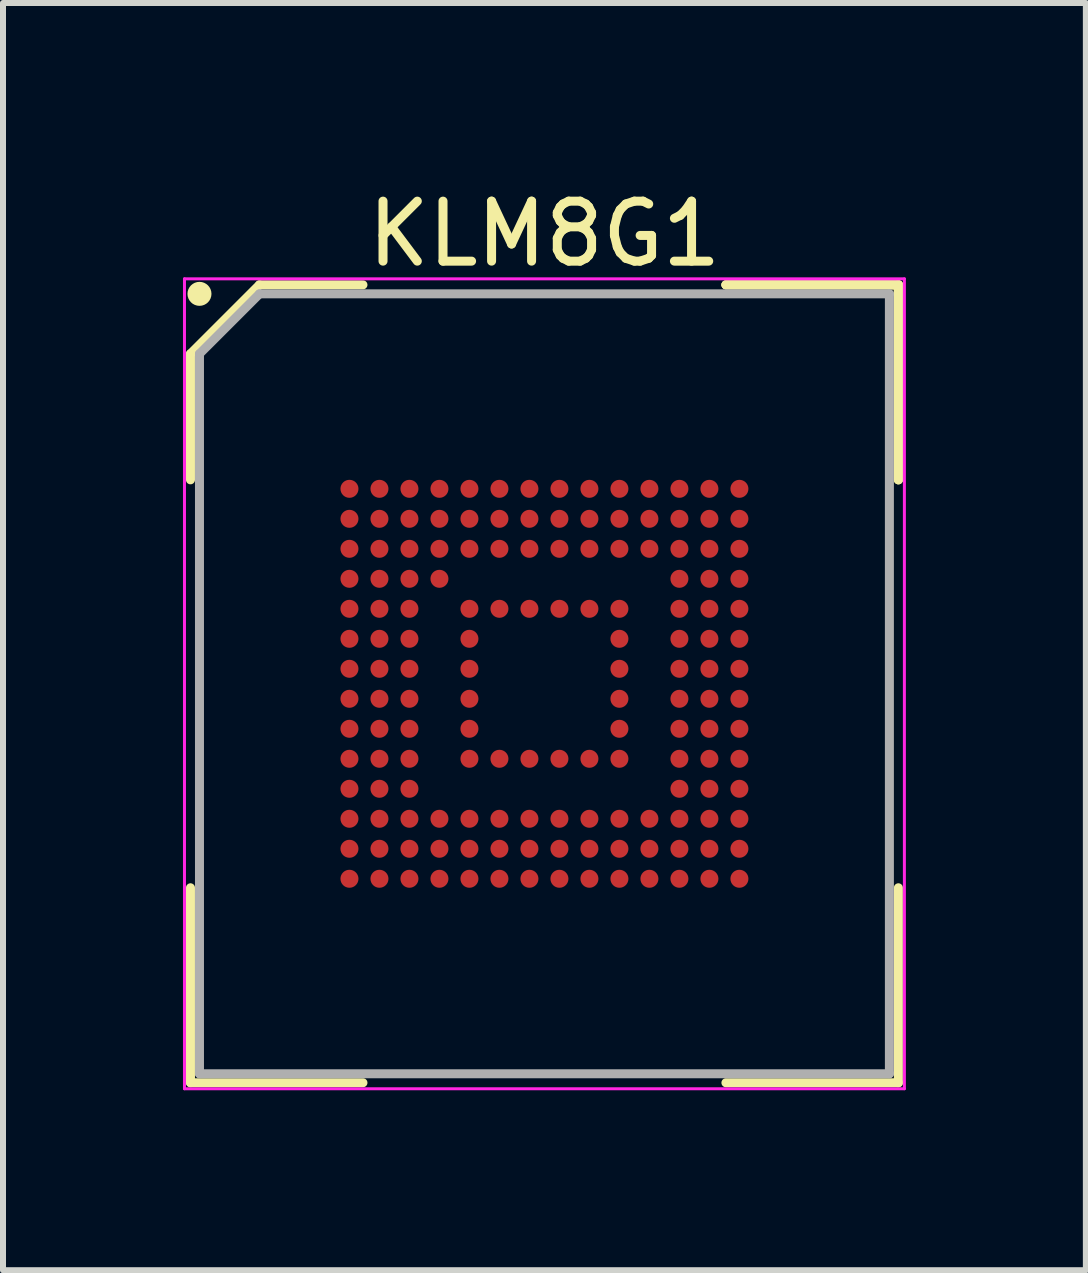
<source format=kicad_pcb>
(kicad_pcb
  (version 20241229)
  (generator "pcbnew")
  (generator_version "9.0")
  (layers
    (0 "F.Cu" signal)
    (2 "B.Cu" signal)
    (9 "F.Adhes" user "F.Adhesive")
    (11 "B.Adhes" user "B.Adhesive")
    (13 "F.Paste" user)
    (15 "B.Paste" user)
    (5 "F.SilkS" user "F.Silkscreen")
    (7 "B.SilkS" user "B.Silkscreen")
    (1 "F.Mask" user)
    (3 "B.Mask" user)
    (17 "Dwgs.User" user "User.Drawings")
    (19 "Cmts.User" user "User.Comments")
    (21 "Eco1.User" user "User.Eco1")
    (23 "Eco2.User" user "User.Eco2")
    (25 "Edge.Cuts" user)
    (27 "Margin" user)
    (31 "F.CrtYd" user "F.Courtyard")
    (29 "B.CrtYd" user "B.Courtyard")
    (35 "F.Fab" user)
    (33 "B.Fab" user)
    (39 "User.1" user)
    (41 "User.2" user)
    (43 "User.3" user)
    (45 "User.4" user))
  (footprint "KLM8G1"
    (layer "F.Cu")
    (at 6.025 8.348)
    (property "Reference" "KLM8G1" (at 0 -7.5 0) (layer "F.SilkS") (effects (font (size 1 1) (thickness 0.15))))
    (attr smd)
    (fp_line (start -5.9 -5.5) (end -5.9 -3.4) (stroke (width 0.15) (type solid)) (layer "F.SilkS"))
    (fp_line (start -5.9 6.65) (end -5.9 3.4) (stroke (width 0.15) (type solid)) (layer "F.SilkS"))
    (fp_line (start -4.75 -6.65) (end -5.9 -5.5) (stroke (width 0.15) (type solid)) (layer "F.SilkS"))
    (fp_line (start -3.025 -6.65) (end -4.75 -6.65) (stroke (width 0.15) (type solid)) (layer "F.SilkS"))
    (fp_line (start -3.025 6.65) (end -5.9 6.65) (stroke (width 0.15) (type solid)) (layer "F.SilkS"))
    (fp_line (start 3.025 -6.65) (end 5.9 -6.65) (stroke (width 0.15) (type solid)) (layer "F.SilkS"))
    (fp_line (start 3.025 -6.65) (end 5.9 -6.65) (stroke (width 0.15) (type solid)) (layer "F.SilkS"))
    (fp_line (start 3.025 -6.65) (end 5.9 -6.65) (stroke (width 0.15) (type solid)) (layer "F.SilkS"))
    (fp_line (start 3.025 6.65) (end 5.9 6.65) (stroke (width 0.15) (type solid)) (layer "F.SilkS"))
    (fp_line (start 5.9 -6.65) (end 5.9 -3.4) (stroke (width 0.15) (type solid)) (layer "F.SilkS"))
    (fp_line (start 5.9 -6.65) (end 5.9 -3.4) (stroke (width 0.15) (type solid)) (layer "F.SilkS"))
    (fp_line (start 5.9 -6.65) (end 5.9 -3.4) (stroke (width 0.15) (type solid)) (layer "F.SilkS"))
    (fp_line (start 5.9 6.65) (end 5.9 3.4) (stroke (width 0.15) (type solid)) (layer "F.SilkS"))
    (fp_circle (center -5.75 -6.5) (end -5.75 -6.4) (stroke (width 0.2) (type solid)) (fill no) (layer "F.SilkS"))
    (fp_line (start -6 -6.75) (end 6 -6.75) (stroke (width 0.05) (type solid)) (layer "F.CrtYd"))
    (fp_line (start -6 6.75) (end -6 -6.75) (stroke (width 0.05) (type solid)) (layer "F.CrtYd"))
    (fp_line (start 6 -6.75) (end 6 6.75) (stroke (width 0.05) (type solid)) (layer "F.CrtYd"))
    (fp_line (start 6 6.75) (end -6 6.75) (stroke (width 0.05) (type solid)) (layer "F.CrtYd"))
    (fp_line (start -5.75 -5.5) (end -5.75 6.5) (stroke (width 0.15) (type solid)) (layer "F.Fab"))
    (fp_line (start -5.75 6.5) (end 5.75 6.5) (stroke (width 0.15) (type solid)) (layer "F.Fab"))
    (fp_line (start -4.75 -6.5) (end -5.75 -5.5) (stroke (width 0.15) (type solid)) (layer "F.Fab"))
    (fp_line (start 5.75 -6.5) (end -4.75 -6.5) (stroke (width 0.15) (type solid)) (layer "F.Fab"))
    (fp_line (start 5.75 6.5) (end 5.75 -6.5) (stroke (width 0.15) (type solid)) (layer "F.Fab"))
    (pad "A1" smd circle (at -3.25 -3.25) (size 0.3 0.3) (layers "F.Cu" "F.Mask" "F.Paste"))
    (pad "A2" smd circle (at -2.75 -3.25) (size 0.3 0.3) (layers "F.Cu" "F.Mask" "F.Paste"))
    (pad "A3" smd circle (at -2.25 -3.25) (size 0.3 0.3) (layers "F.Cu" "F.Mask" "F.Paste"))
    (pad "A4" smd circle (at -1.75 -3.25) (size 0.3 0.3) (layers "F.Cu" "F.Mask" "F.Paste"))
    (pad "A5" smd circle (at -1.25 -3.25) (size 0.3 0.3) (layers "F.Cu" "F.Mask" "F.Paste"))
    (pad "A6" smd circle (at -0.75 -3.25) (size 0.3 0.3) (layers "F.Cu" "F.Mask" "F.Paste"))
    (pad "A7" smd circle (at -0.25 -3.25) (size 0.3 0.3) (layers "F.Cu" "F.Mask" "F.Paste"))
    (pad "A8" smd circle (at 0.25 -3.25) (size 0.3 0.3) (layers "F.Cu" "F.Mask" "F.Paste"))
    (pad "A9" smd circle (at 0.75 -3.25) (size 0.3 0.3) (layers "F.Cu" "F.Mask" "F.Paste"))
    (pad "A10" smd circle (at 1.25 -3.25) (size 0.3 0.3) (layers "F.Cu" "F.Mask" "F.Paste"))
    (pad "A11" smd circle (at 1.75 -3.25) (size 0.3 0.3) (layers "F.Cu" "F.Mask" "F.Paste"))
    (pad "A12" smd circle (at 2.25 -3.25) (size 0.3 0.3) (layers "F.Cu" "F.Mask" "F.Paste"))
    (pad "A13" smd circle (at 2.75 -3.25) (size 0.3 0.3) (layers "F.Cu" "F.Mask" "F.Paste"))
    (pad "A14" smd circle (at 3.25 -3.25) (size 0.3 0.3) (layers "F.Cu" "F.Mask" "F.Paste"))
    (pad "B1" smd circle (at -3.25 -2.75) (size 0.3 0.3) (layers "F.Cu" "F.Mask" "F.Paste"))
    (pad "B2" smd circle (at -2.75 -2.75) (size 0.3 0.3) (layers "F.Cu" "F.Mask" "F.Paste"))
    (pad "B3" smd circle (at -2.25 -2.75) (size 0.3 0.3) (layers "F.Cu" "F.Mask" "F.Paste"))
    (pad "B4" smd circle (at -1.75 -2.75) (size 0.3 0.3) (layers "F.Cu" "F.Mask" "F.Paste"))
    (pad "B5" smd circle (at -1.25 -2.75) (size 0.3 0.3) (layers "F.Cu" "F.Mask" "F.Paste"))
    (pad "B6" smd circle (at -0.75 -2.75) (size 0.3 0.3) (layers "F.Cu" "F.Mask" "F.Paste"))
    (pad "B7" smd circle (at -0.25 -2.75) (size 0.3 0.3) (layers "F.Cu" "F.Mask" "F.Paste"))
    (pad "B8" smd circle (at 0.25 -2.75) (size 0.3 0.3) (layers "F.Cu" "F.Mask" "F.Paste"))
    (pad "B9" smd circle (at 0.75 -2.75) (size 0.3 0.3) (layers "F.Cu" "F.Mask" "F.Paste"))
    (pad "B10" smd circle (at 1.25 -2.75) (size 0.3 0.3) (layers "F.Cu" "F.Mask" "F.Paste"))
    (pad "B11" smd circle (at 1.75 -2.75) (size 0.3 0.3) (layers "F.Cu" "F.Mask" "F.Paste"))
    (pad "B12" smd circle (at 2.25 -2.75) (size 0.3 0.3) (layers "F.Cu" "F.Mask" "F.Paste"))
    (pad "B13" smd circle (at 2.75 -2.75) (size 0.3 0.3) (layers "F.Cu" "F.Mask" "F.Paste"))
    (pad "B14" smd circle (at 3.25 -2.75) (size 0.3 0.3) (layers "F.Cu" "F.Mask" "F.Paste"))
    (pad "C1" smd circle (at -3.25 -2.25) (size 0.3 0.3) (layers "F.Cu" "F.Mask" "F.Paste"))
    (pad "C2" smd circle (at -2.75 -2.25) (size 0.3 0.3) (layers "F.Cu" "F.Mask" "F.Paste"))
    (pad "C3" smd circle (at -2.25 -2.25) (size 0.3 0.3) (layers "F.Cu" "F.Mask" "F.Paste"))
    (pad "C4" smd circle (at -1.75 -2.25) (size 0.3 0.3) (layers "F.Cu" "F.Mask" "F.Paste"))
    (pad "C5" smd circle (at -1.25 -2.25) (size 0.3 0.3) (layers "F.Cu" "F.Mask" "F.Paste"))
    (pad "C6" smd circle (at -0.75 -2.25) (size 0.3 0.3) (layers "F.Cu" "F.Mask" "F.Paste"))
    (pad "C7" smd circle (at -0.25 -2.25) (size 0.3 0.3) (layers "F.Cu" "F.Mask" "F.Paste"))
    (pad "C8" smd circle (at 0.25 -2.25) (size 0.3 0.3) (layers "F.Cu" "F.Mask" "F.Paste"))
    (pad "C9" smd circle (at 0.75 -2.25) (size 0.3 0.3) (layers "F.Cu" "F.Mask" "F.Paste"))
    (pad "C10" smd circle (at 1.25 -2.25) (size 0.3 0.3) (layers "F.Cu" "F.Mask" "F.Paste"))
    (pad "C11" smd circle (at 1.75 -2.25) (size 0.3 0.3) (layers "F.Cu" "F.Mask" "F.Paste"))
    (pad "C12" smd circle (at 2.25 -2.25) (size 0.3 0.3) (layers "F.Cu" "F.Mask" "F.Paste"))
    (pad "C13" smd circle (at 2.75 -2.25) (size 0.3 0.3) (layers "F.Cu" "F.Mask" "F.Paste"))
    (pad "C14" smd circle (at 3.25 -2.25) (size 0.3 0.3) (layers "F.Cu" "F.Mask" "F.Paste"))
    (pad "D1" smd circle (at -3.25 -1.75) (size 0.3 0.3) (layers "F.Cu" "F.Mask" "F.Paste"))
    (pad "D2" smd circle (at -2.75 -1.75) (size 0.3 0.3) (layers "F.Cu" "F.Mask" "F.Paste"))
    (pad "D3" smd circle (at -2.25 -1.75) (size 0.3 0.3) (layers "F.Cu" "F.Mask" "F.Paste"))
    (pad "D4" smd circle (at -1.75 -1.75) (size 0.3 0.3) (layers "F.Cu" "F.Mask" "F.Paste"))
    (pad "D12" smd circle (at 2.25 -1.75) (size 0.3 0.3) (layers "F.Cu" "F.Mask" "F.Paste"))
    (pad "D13" smd circle (at 2.75 -1.75) (size 0.3 0.3) (layers "F.Cu" "F.Mask" "F.Paste"))
    (pad "D14" smd circle (at 3.25 -1.75) (size 0.3 0.3) (layers "F.Cu" "F.Mask" "F.Paste"))
    (pad "E1" smd circle (at -3.25 -1.25) (size 0.3 0.3) (layers "F.Cu" "F.Mask" "F.Paste"))
    (pad "E2" smd circle (at -2.75 -1.25) (size 0.3 0.3) (layers "F.Cu" "F.Mask" "F.Paste"))
    (pad "E3" smd circle (at -2.25 -1.25) (size 0.3 0.3) (layers "F.Cu" "F.Mask" "F.Paste"))
    (pad "E5" smd circle (at -1.25 -1.25) (size 0.3 0.3) (layers "F.Cu" "F.Mask" "F.Paste"))
    (pad "E6" smd circle (at -0.75 -1.25) (size 0.3 0.3) (layers "F.Cu" "F.Mask" "F.Paste"))
    (pad "E7" smd circle (at -0.25 -1.25) (size 0.3 0.3) (layers "F.Cu" "F.Mask" "F.Paste"))
    (pad "E8" smd circle (at 0.25 -1.25) (size 0.3 0.3) (layers "F.Cu" "F.Mask" "F.Paste"))
    (pad "E9" smd circle (at 0.75 -1.25) (size 0.3 0.3) (layers "F.Cu" "F.Mask" "F.Paste"))
    (pad "E10" smd circle (at 1.25 -1.25) (size 0.3 0.3) (layers "F.Cu" "F.Mask" "F.Paste"))
    (pad "E12" smd circle (at 2.25 -1.25) (size 0.3 0.3) (layers "F.Cu" "F.Mask" "F.Paste"))
    (pad "E13" smd circle (at 2.75 -1.25) (size 0.3 0.3) (layers "F.Cu" "F.Mask" "F.Paste"))
    (pad "E14" smd circle (at 3.25 -1.25) (size 0.3 0.3) (layers "F.Cu" "F.Mask" "F.Paste"))
    (pad "F1" smd circle (at -3.25 -0.75) (size 0.3 0.3) (layers "F.Cu" "F.Mask" "F.Paste"))
    (pad "F2" smd circle (at -2.75 -0.75) (size 0.3 0.3) (layers "F.Cu" "F.Mask" "F.Paste"))
    (pad "F3" smd circle (at -2.25 -0.75) (size 0.3 0.3) (layers "F.Cu" "F.Mask" "F.Paste"))
    (pad "F5" smd circle (at -1.25 -0.75) (size 0.3 0.3) (layers "F.Cu" "F.Mask" "F.Paste"))
    (pad "F10" smd circle (at 1.25 -0.75) (size 0.3 0.3) (layers "F.Cu" "F.Mask" "F.Paste"))
    (pad "F12" smd circle (at 2.25 -0.75) (size 0.3 0.3) (layers "F.Cu" "F.Mask" "F.Paste"))
    (pad "F13" smd circle (at 2.75 -0.75) (size 0.3 0.3) (layers "F.Cu" "F.Mask" "F.Paste"))
    (pad "F14" smd circle (at 3.25 -0.75) (size 0.3 0.3) (layers "F.Cu" "F.Mask" "F.Paste"))
    (pad "G1" smd circle (at -3.25 -0.25) (size 0.3 0.3) (layers "F.Cu" "F.Mask" "F.Paste"))
    (pad "G2" smd circle (at -2.75 -0.25) (size 0.3 0.3) (layers "F.Cu" "F.Mask" "F.Paste"))
    (pad "G3" smd circle (at -2.25 -0.25) (size 0.3 0.3) (layers "F.Cu" "F.Mask" "F.Paste"))
    (pad "G5" smd circle (at -1.25 -0.25) (size 0.3 0.3) (layers "F.Cu" "F.Mask" "F.Paste"))
    (pad "G10" smd circle (at 1.25 -0.25) (size 0.3 0.3) (layers "F.Cu" "F.Mask" "F.Paste"))
    (pad "G12" smd circle (at 2.25 -0.25) (size 0.3 0.3) (layers "F.Cu" "F.Mask" "F.Paste"))
    (pad "G13" smd circle (at 2.75 -0.25) (size 0.3 0.3) (layers "F.Cu" "F.Mask" "F.Paste"))
    (pad "G14" smd circle (at 3.25 -0.25) (size 0.3 0.3) (layers "F.Cu" "F.Mask" "F.Paste"))
    (pad "H1" smd circle (at -3.25 0.25) (size 0.3 0.3) (layers "F.Cu" "F.Mask" "F.Paste"))
    (pad "H2" smd circle (at -2.75 0.25) (size 0.3 0.3) (layers "F.Cu" "F.Mask" "F.Paste"))
    (pad "H3" smd circle (at -2.25 0.25) (size 0.3 0.3) (layers "F.Cu" "F.Mask" "F.Paste"))
    (pad "H5" smd circle (at -1.25 0.25) (size 0.3 0.3) (layers "F.Cu" "F.Mask" "F.Paste"))
    (pad "H10" smd circle (at 1.25 0.25) (size 0.3 0.3) (layers "F.Cu" "F.Mask" "F.Paste"))
    (pad "H12" smd circle (at 2.25 0.25) (size 0.3 0.3) (layers "F.Cu" "F.Mask" "F.Paste"))
    (pad "H13" smd circle (at 2.75 0.25) (size 0.3 0.3) (layers "F.Cu" "F.Mask" "F.Paste"))
    (pad "H14" smd circle (at 3.25 0.25) (size 0.3 0.3) (layers "F.Cu" "F.Mask" "F.Paste"))
    (pad "J1" smd circle (at -3.25 0.75) (size 0.3 0.3) (layers "F.Cu" "F.Mask" "F.Paste"))
    (pad "J2" smd circle (at -2.75 0.75) (size 0.3 0.3) (layers "F.Cu" "F.Mask" "F.Paste"))
    (pad "J3" smd circle (at -2.25 0.75) (size 0.3 0.3) (layers "F.Cu" "F.Mask" "F.Paste"))
    (pad "J5" smd circle (at -1.25 0.75) (size 0.3 0.3) (layers "F.Cu" "F.Mask" "F.Paste"))
    (pad "J10" smd circle (at 1.25 0.75) (size 0.3 0.3) (layers "F.Cu" "F.Mask" "F.Paste"))
    (pad "J12" smd circle (at 2.25 0.75) (size 0.3 0.3) (layers "F.Cu" "F.Mask" "F.Paste"))
    (pad "J13" smd circle (at 2.75 0.75) (size 0.3 0.3) (layers "F.Cu" "F.Mask" "F.Paste"))
    (pad "J14" smd circle (at 3.25 0.75) (size 0.3 0.3) (layers "F.Cu" "F.Mask" "F.Paste"))
    (pad "K1" smd circle (at -3.25 1.25) (size 0.3 0.3) (layers "F.Cu" "F.Mask" "F.Paste"))
    (pad "K2" smd circle (at -2.75 1.25) (size 0.3 0.3) (layers "F.Cu" "F.Mask" "F.Paste"))
    (pad "K3" smd circle (at -2.25 1.25) (size 0.3 0.3) (layers "F.Cu" "F.Mask" "F.Paste"))
    (pad "K5" smd circle (at -1.25 1.25) (size 0.3 0.3) (layers "F.Cu" "F.Mask" "F.Paste"))
    (pad "K6" smd circle (at -0.75 1.25) (size 0.3 0.3) (layers "F.Cu" "F.Mask" "F.Paste"))
    (pad "K7" smd circle (at -0.25 1.25) (size 0.3 0.3) (layers "F.Cu" "F.Mask" "F.Paste"))
    (pad "K8" smd circle (at 0.25 1.25) (size 0.3 0.3) (layers "F.Cu" "F.Mask" "F.Paste"))
    (pad "K9" smd circle (at 0.75 1.25) (size 0.3 0.3) (layers "F.Cu" "F.Mask" "F.Paste"))
    (pad "K10" smd circle (at 1.25 1.25) (size 0.3 0.3) (layers "F.Cu" "F.Mask" "F.Paste"))
    (pad "K12" smd circle (at 2.25 1.25) (size 0.3 0.3) (layers "F.Cu" "F.Mask" "F.Paste"))
    (pad "K13" smd circle (at 2.75 1.25) (size 0.3 0.3) (layers "F.Cu" "F.Mask" "F.Paste"))
    (pad "K14" smd circle (at 3.25 1.25) (size 0.3 0.3) (layers "F.Cu" "F.Mask" "F.Paste"))
    (pad "L1" smd circle (at -3.25 1.75) (size 0.3 0.3) (layers "F.Cu" "F.Mask" "F.Paste"))
    (pad "L2" smd circle (at -2.75 1.75) (size 0.3 0.3) (layers "F.Cu" "F.Mask" "F.Paste"))
    (pad "L3" smd circle (at -2.25 1.75) (size 0.3 0.3) (layers "F.Cu" "F.Mask" "F.Paste"))
    (pad "L12" smd circle (at 2.25 1.75) (size 0.3 0.3) (layers "F.Cu" "F.Mask" "F.Paste"))
    (pad "L13" smd circle (at 2.75 1.75) (size 0.3 0.3) (layers "F.Cu" "F.Mask" "F.Paste"))
    (pad "L14" smd circle (at 3.25 1.75) (size 0.3 0.3) (layers "F.Cu" "F.Mask" "F.Paste"))
    (pad "M1" smd circle (at -3.25 2.25) (size 0.3 0.3) (layers "F.Cu" "F.Mask" "F.Paste"))
    (pad "M2" smd circle (at -2.75 2.25) (size 0.3 0.3) (layers "F.Cu" "F.Mask" "F.Paste"))
    (pad "M3" smd circle (at -2.25 2.25) (size 0.3 0.3) (layers "F.Cu" "F.Mask" "F.Paste"))
    (pad "M4" smd circle (at -1.75 2.25) (size 0.3 0.3) (layers "F.Cu" "F.Mask" "F.Paste"))
    (pad "M5" smd circle (at -1.25 2.25) (size 0.3 0.3) (layers "F.Cu" "F.Mask" "F.Paste"))
    (pad "M6" smd circle (at -0.75 2.25) (size 0.3 0.3) (layers "F.Cu" "F.Mask" "F.Paste"))
    (pad "M7" smd circle (at -0.25 2.25) (size 0.3 0.3) (layers "F.Cu" "F.Mask" "F.Paste"))
    (pad "M8" smd circle (at 0.25 2.25) (size 0.3 0.3) (layers "F.Cu" "F.Mask" "F.Paste"))
    (pad "M9" smd circle (at 0.75 2.25) (size 0.3 0.3) (layers "F.Cu" "F.Mask" "F.Paste"))
    (pad "M10" smd circle (at 1.25 2.25) (size 0.3 0.3) (layers "F.Cu" "F.Mask" "F.Paste"))
    (pad "M11" smd circle (at 1.75 2.25) (size 0.3 0.3) (layers "F.Cu" "F.Mask" "F.Paste"))
    (pad "M12" smd circle (at 2.25 2.25) (size 0.3 0.3) (layers "F.Cu" "F.Mask" "F.Paste"))
    (pad "M13" smd circle (at 2.75 2.25) (size 0.3 0.3) (layers "F.Cu" "F.Mask" "F.Paste"))
    (pad "M14" smd circle (at 3.25 2.25) (size 0.3 0.3) (layers "F.Cu" "F.Mask" "F.Paste"))
    (pad "N1" smd circle (at -3.25 2.75) (size 0.3 0.3) (layers "F.Cu" "F.Mask" "F.Paste"))
    (pad "N2" smd circle (at -2.75 2.75) (size 0.3 0.3) (layers "F.Cu" "F.Mask" "F.Paste"))
    (pad "N3" smd circle (at -2.25 2.75) (size 0.3 0.3) (layers "F.Cu" "F.Mask" "F.Paste"))
    (pad "N4" smd circle (at -1.75 2.75) (size 0.3 0.3) (layers "F.Cu" "F.Mask" "F.Paste"))
    (pad "N5" smd circle (at -1.25 2.75) (size 0.3 0.3) (layers "F.Cu" "F.Mask" "F.Paste"))
    (pad "N6" smd circle (at -0.75 2.75) (size 0.3 0.3) (layers "F.Cu" "F.Mask" "F.Paste"))
    (pad "N7" smd circle (at -0.25 2.75) (size 0.3 0.3) (layers "F.Cu" "F.Mask" "F.Paste"))
    (pad "N8" smd circle (at 0.25 2.75) (size 0.3 0.3) (layers "F.Cu" "F.Mask" "F.Paste"))
    (pad "N9" smd circle (at 0.75 2.75) (size 0.3 0.3) (layers "F.Cu" "F.Mask" "F.Paste"))
    (pad "N10" smd circle (at 1.25 2.75) (size 0.3 0.3) (layers "F.Cu" "F.Mask" "F.Paste"))
    (pad "N11" smd circle (at 1.75 2.75) (size 0.3 0.3) (layers "F.Cu" "F.Mask" "F.Paste"))
    (pad "N12" smd circle (at 2.25 2.75) (size 0.3 0.3) (layers "F.Cu" "F.Mask" "F.Paste"))
    (pad "N13" smd circle (at 2.75 2.75) (size 0.3 0.3) (layers "F.Cu" "F.Mask" "F.Paste"))
    (pad "N14" smd circle (at 3.25 2.75) (size 0.3 0.3) (layers "F.Cu" "F.Mask" "F.Paste"))
    (pad "P1" smd circle (at -3.25 3.25) (size 0.3 0.3) (layers "F.Cu" "F.Mask" "F.Paste"))
    (pad "P2" smd circle (at -2.75 3.25) (size 0.3 0.3) (layers "F.Cu" "F.Mask" "F.Paste"))
    (pad "P3" smd circle (at -2.25 3.25) (size 0.3 0.3) (layers "F.Cu" "F.Mask" "F.Paste"))
    (pad "P4" smd circle (at -1.75 3.25) (size 0.3 0.3) (layers "F.Cu" "F.Mask" "F.Paste"))
    (pad "P5" smd circle (at -1.25 3.25) (size 0.3 0.3) (layers "F.Cu" "F.Mask" "F.Paste"))
    (pad "P6" smd circle (at -0.75 3.25) (size 0.3 0.3) (layers "F.Cu" "F.Mask" "F.Paste"))
    (pad "P7" smd circle (at -0.25 3.25) (size 0.3 0.3) (layers "F.Cu" "F.Mask" "F.Paste"))
    (pad "P8" smd circle (at 0.25 3.25) (size 0.3 0.3) (layers "F.Cu" "F.Mask" "F.Paste"))
    (pad "P9" smd circle (at 0.75 3.25) (size 0.3 0.3) (layers "F.Cu" "F.Mask" "F.Paste"))
    (pad "P10" smd circle (at 1.25 3.25) (size 0.3 0.3) (layers "F.Cu" "F.Mask" "F.Paste"))
    (pad "P11" smd circle (at 1.75 3.25) (size 0.3 0.3) (layers "F.Cu" "F.Mask" "F.Paste"))
    (pad "P12" smd circle (at 2.25 3.25) (size 0.3 0.3) (layers "F.Cu" "F.Mask" "F.Paste"))
    (pad "P13" smd circle (at 2.75 3.25) (size 0.3 0.3) (layers "F.Cu" "F.Mask" "F.Paste"))
    (pad "P14" smd circle (at 3.25 3.25) (size 0.3 0.3) (layers "F.Cu" "F.Mask" "F.Paste")))
  (gr_rect
    (start -3 -3)
    (end 15.05 18.123)
    (stroke (width 0.1) (type default))
    (fill no)
    (layer "Edge.Cuts")))
</source>
